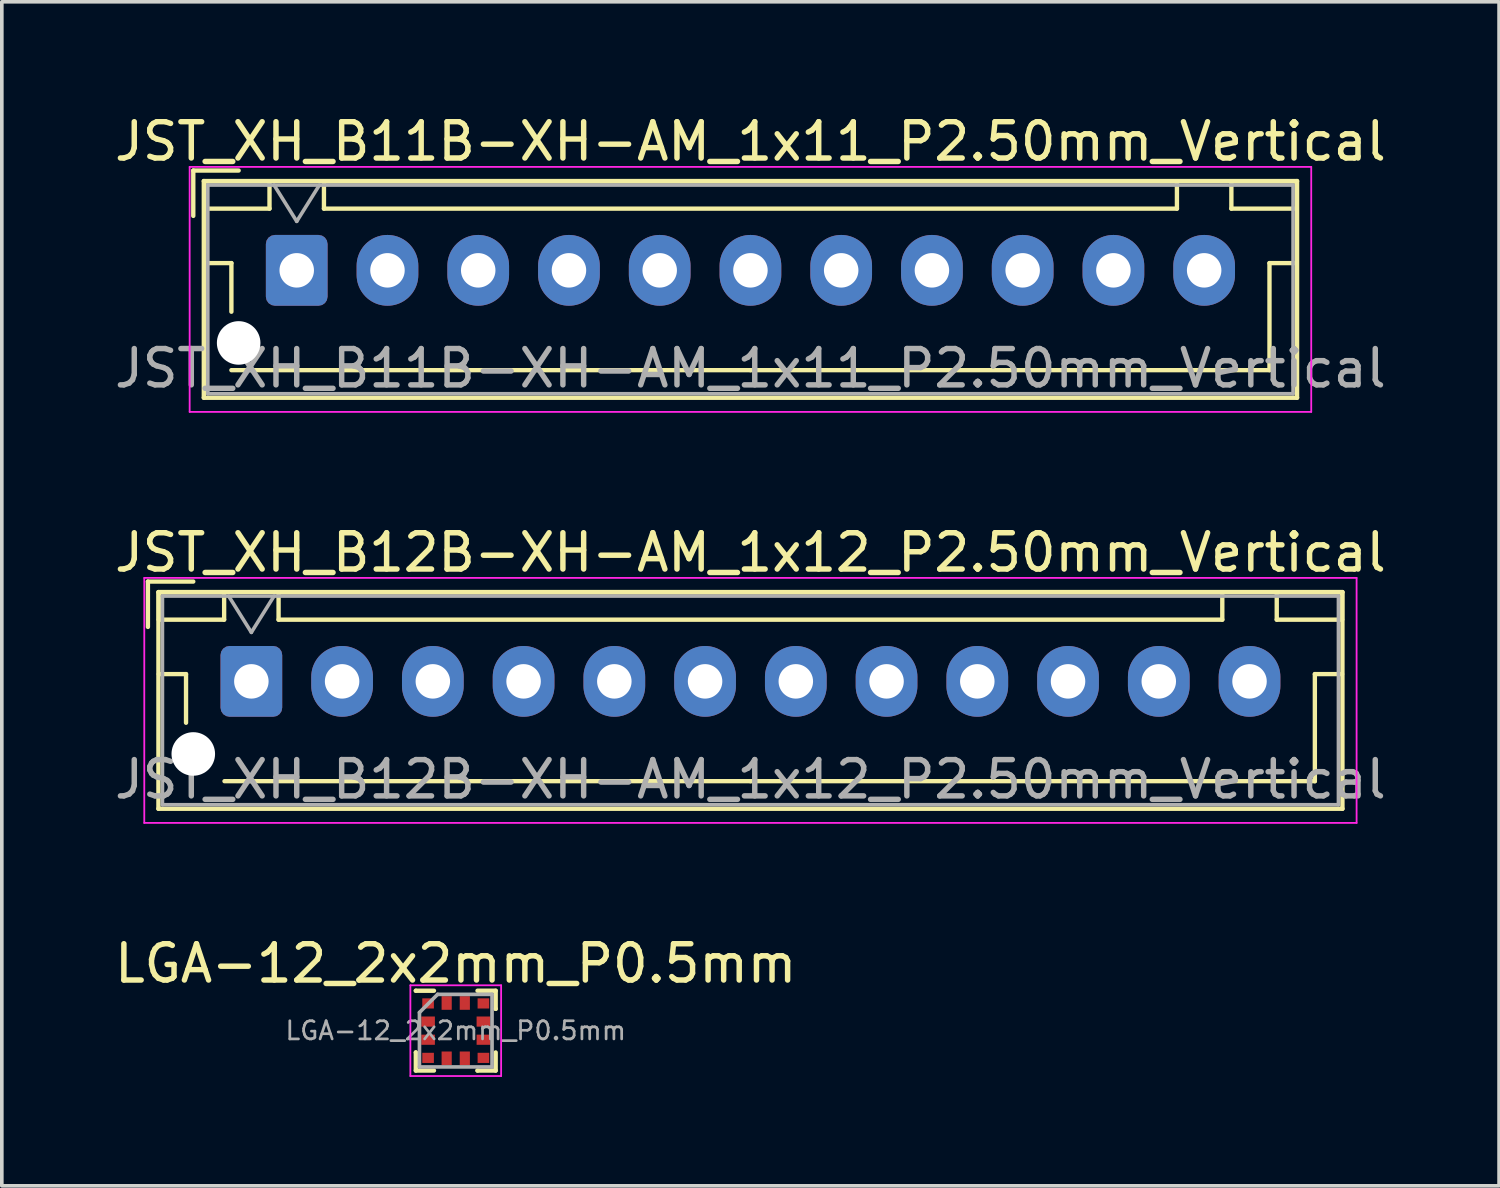
<source format=kicad_pcb>
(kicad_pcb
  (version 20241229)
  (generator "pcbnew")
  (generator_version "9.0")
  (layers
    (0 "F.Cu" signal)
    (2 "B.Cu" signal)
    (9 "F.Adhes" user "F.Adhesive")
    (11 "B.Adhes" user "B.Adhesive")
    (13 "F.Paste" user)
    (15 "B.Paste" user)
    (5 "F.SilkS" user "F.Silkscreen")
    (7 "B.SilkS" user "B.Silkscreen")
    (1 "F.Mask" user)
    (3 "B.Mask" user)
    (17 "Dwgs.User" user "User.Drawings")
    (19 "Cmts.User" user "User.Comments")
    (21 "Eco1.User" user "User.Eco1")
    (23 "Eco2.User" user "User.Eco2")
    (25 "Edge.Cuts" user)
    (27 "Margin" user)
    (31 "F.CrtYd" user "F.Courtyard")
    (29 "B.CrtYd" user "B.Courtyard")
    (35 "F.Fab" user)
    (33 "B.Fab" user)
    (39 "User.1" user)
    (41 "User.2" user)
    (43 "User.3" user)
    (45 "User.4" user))
  (footprint "JST_XH_B12B-XH-AM_1x12_P2.50mm_Vertical"
    (layer "F.Cu")
    (at 3.875 15.722)
    (property "Reference" "JST_XH_B12B-XH-AM_1x12_P2.50mm_Vertical" (at 13.75 -3.55 0) (layer "F.SilkS") (effects (font (size 1 1) (thickness 0.15))))
    (attr through_hole)
    (fp_line (start -2.85 -2.75) (end -2.85 -1.5) (stroke (width 0.12) (type solid)) (layer "F.SilkS"))
    (fp_line (start -2.56 -2.46) (end -2.56 3.51) (stroke (width 0.12) (type solid)) (layer "F.SilkS"))
    (fp_line (start -2.56 3.51) (end 30.06 3.51) (stroke (width 0.12) (type solid)) (layer "F.SilkS"))
    (fp_line (start -2.55 -2.45) (end -2.55 -1.7) (stroke (width 0.12) (type solid)) (layer "F.SilkS"))
    (fp_line (start -2.55 -1.7) (end -0.75 -1.7) (stroke (width 0.12) (type solid)) (layer "F.SilkS"))
    (fp_line (start -2.55 -0.2) (end -1.8 -0.2) (stroke (width 0.12) (type solid)) (layer "F.SilkS"))
    (fp_line (start -1.8 -0.2) (end -1.8 1.14) (stroke (width 0.12) (type solid)) (layer "F.SilkS"))
    (fp_line (start -1.6 -2.75) (end -2.85 -2.75) (stroke (width 0.12) (type solid)) (layer "F.SilkS"))
    (fp_line (start -0.75 -2.45) (end -2.55 -2.45) (stroke (width 0.12) (type solid)) (layer "F.SilkS"))
    (fp_line (start -0.75 -1.7) (end -0.75 -2.45) (stroke (width 0.12) (type solid)) (layer "F.SilkS"))
    (fp_line (start 0.75 -2.45) (end 0.75 -1.7) (stroke (width 0.12) (type solid)) (layer "F.SilkS"))
    (fp_line (start 0.75 -1.7) (end 26.75 -1.7) (stroke (width 0.12) (type solid)) (layer "F.SilkS"))
    (fp_line (start 13.75 2.75) (end -0.74 2.75) (stroke (width 0.12) (type solid)) (layer "F.SilkS"))
    (fp_line (start 26.75 -2.45) (end 0.75 -2.45) (stroke (width 0.12) (type solid)) (layer "F.SilkS"))
    (fp_line (start 26.75 -1.7) (end 26.75 -2.45) (stroke (width 0.12) (type solid)) (layer "F.SilkS"))
    (fp_line (start 28.25 -2.45) (end 28.25 -1.7) (stroke (width 0.12) (type solid)) (layer "F.SilkS"))
    (fp_line (start 28.25 -1.7) (end 30.05 -1.7) (stroke (width 0.12) (type solid)) (layer "F.SilkS"))
    (fp_line (start 29.3 -0.2) (end 29.3 2.75) (stroke (width 0.12) (type solid)) (layer "F.SilkS"))
    (fp_line (start 29.3 2.75) (end 13.75 2.75) (stroke (width 0.12) (type solid)) (layer "F.SilkS"))
    (fp_line (start 30.05 -2.45) (end 28.25 -2.45) (stroke (width 0.12) (type solid)) (layer "F.SilkS"))
    (fp_line (start 30.05 -1.7) (end 30.05 -2.45) (stroke (width 0.12) (type solid)) (layer "F.SilkS"))
    (fp_line (start 30.05 -0.2) (end 29.3 -0.2) (stroke (width 0.12) (type solid)) (layer "F.SilkS"))
    (fp_line (start 30.06 -2.46) (end -2.56 -2.46) (stroke (width 0.12) (type solid)) (layer "F.SilkS"))
    (fp_line (start 30.06 3.51) (end 30.06 -2.46) (stroke (width 0.12) (type solid)) (layer "F.SilkS"))
    (fp_line (start -2.95 -2.85) (end -2.95 3.9) (stroke (width 0.05) (type solid)) (layer "F.CrtYd"))
    (fp_line (start -2.95 3.9) (end 30.45 3.9) (stroke (width 0.05) (type solid)) (layer "F.CrtYd"))
    (fp_line (start 30.45 -2.85) (end -2.95 -2.85) (stroke (width 0.05) (type solid)) (layer "F.CrtYd"))
    (fp_line (start 30.45 3.9) (end 30.45 -2.85) (stroke (width 0.05) (type solid)) (layer "F.CrtYd"))
    (fp_line (start -2.45 -2.35) (end -2.45 3.4) (stroke (width 0.1) (type solid)) (layer "F.Fab"))
    (fp_line (start -2.45 3.4) (end 29.95 3.4) (stroke (width 0.1) (type solid)) (layer "F.Fab"))
    (fp_line (start -0.625 -2.35) (end 0 -1.35) (stroke (width 0.1) (type solid)) (layer "F.Fab"))
    (fp_line (start 0 -1.35) (end 0.625 -2.35) (stroke (width 0.1) (type solid)) (layer "F.Fab"))
    (fp_line (start 29.95 -2.35) (end -2.45 -2.35) (stroke (width 0.1) (type solid)) (layer "F.Fab"))
    (fp_line (start 29.95 3.4) (end 29.95 -2.35) (stroke (width 0.1) (type solid)) (layer "F.Fab"))
    (fp_text user "${REFERENCE}" (at 13.75 2.7 0) (layer "F.Fab") (effects (font (size 1 1) (thickness 0.15))))
    (pad "" np_thru_hole circle (at -1.6 2) (size 1.2 1.2) (drill 1.2) (layers "*.Cu" "*.Mask"))
    (pad "1" thru_hole roundrect (at 0 0) (size 1.7 1.95) (drill 0.95) (layers "*.Cu" "*.Mask") (roundrect_rratio 0.147))
    (pad "2" thru_hole oval (at 2.5 0) (size 1.7 1.95) (drill 0.95) (layers "*.Cu" "*.Mask"))
    (pad "3" thru_hole oval (at 5 0) (size 1.7 1.95) (drill 0.95) (layers "*.Cu" "*.Mask"))
    (pad "4" thru_hole oval (at 7.5 0) (size 1.7 1.95) (drill 0.95) (layers "*.Cu" "*.Mask"))
    (pad "5" thru_hole oval (at 10 0) (size 1.7 1.95) (drill 0.95) (layers "*.Cu" "*.Mask"))
    (pad "6" thru_hole oval (at 12.5 0) (size 1.7 1.95) (drill 0.95) (layers "*.Cu" "*.Mask"))
    (pad "7" thru_hole oval (at 15 0) (size 1.7 1.95) (drill 0.95) (layers "*.Cu" "*.Mask"))
    (pad "8" thru_hole oval (at 17.5 0) (size 1.7 1.95) (drill 0.95) (layers "*.Cu" "*.Mask"))
    (pad "9" thru_hole oval (at 20 0) (size 1.7 1.95) (drill 0.95) (layers "*.Cu" "*.Mask"))
    (pad "10" thru_hole oval (at 22.5 0) (size 1.7 1.95) (drill 0.95) (layers "*.Cu" "*.Mask"))
    (pad "11" thru_hole oval (at 25 0) (size 1.7 1.95) (drill 0.95) (layers "*.Cu" "*.Mask"))
    (pad "12" thru_hole oval (at 27.5 0) (size 1.7 1.95) (drill 0.95) (layers "*.Cu" "*.Mask")))
  (footprint "LGA-12_2x2mm_P0.5mm"
    (layer "F.Cu")
    (at 9.506 25.345)
    (property "Reference" "LGA-12_2x2mm_P0.5mm" (at 0 -1.85 0) (layer "F.SilkS") (effects (font (size 1 1) (thickness 0.15))))
    (attr smd)
    (fp_line (start -1.1 -1.1) (end -1.1 -1.1) (stroke (width 0.12) (type solid)) (layer "F.SilkS"))
    (fp_line (start -1.1 0.6) (end -1.1 0.6) (stroke (width 0.12) (type solid)) (layer "F.SilkS"))
    (fp_line (start -1.1 1.1) (end -1.1 0.6) (stroke (width 0.12) (type solid)) (layer "F.SilkS"))
    (fp_line (start -0.6 -1.1) (end -1.1 -1.1) (stroke (width 0.12) (type solid)) (layer "F.SilkS"))
    (fp_line (start -0.6 1.1) (end -1.1 1.1) (stroke (width 0.12) (type solid)) (layer "F.SilkS"))
    (fp_line (start 0.6 -1.1) (end 1.1 -1.1) (stroke (width 0.12) (type solid)) (layer "F.SilkS"))
    (fp_line (start 0.6 1.1) (end 0.6 1.1) (stroke (width 0.12) (type solid)) (layer "F.SilkS"))
    (fp_line (start 1.1 -1.1) (end 1.1 -0.6) (stroke (width 0.12) (type solid)) (layer "F.SilkS"))
    (fp_line (start 1.1 -0.6) (end 1.1 -0.6) (stroke (width 0.12) (type solid)) (layer "F.SilkS"))
    (fp_line (start 1.1 0.6) (end 1.1 1.1) (stroke (width 0.12) (type solid)) (layer "F.SilkS"))
    (fp_line (start 1.1 1.1) (end 0.6 1.1) (stroke (width 0.12) (type solid)) (layer "F.SilkS"))
    (fp_line (start -1.25 -1.25) (end 1.25 -1.25) (stroke (width 0.05) (type solid)) (layer "F.CrtYd"))
    (fp_line (start -1.25 1.25) (end -1.25 -1.25) (stroke (width 0.05) (type solid)) (layer "F.CrtYd"))
    (fp_line (start 1.25 -1.25) (end 1.25 1.25) (stroke (width 0.05) (type solid)) (layer "F.CrtYd"))
    (fp_line (start 1.25 1.25) (end -1.25 1.25) (stroke (width 0.05) (type solid)) (layer "F.CrtYd"))
    (fp_line (start -1 -0.5) (end -0.5 -1) (stroke (width 0.1) (type solid)) (layer "F.Fab"))
    (fp_line (start -1 1) (end -1 -0.5) (stroke (width 0.1) (type solid)) (layer "F.Fab"))
    (fp_line (start -0.5 -1) (end 1 -1) (stroke (width 0.1) (type solid)) (layer "F.Fab"))
    (fp_line (start 1 -1) (end 1 1) (stroke (width 0.1) (type solid)) (layer "F.Fab"))
    (fp_line (start 1 1) (end -1 1) (stroke (width 0.1) (type solid)) (layer "F.Fab"))
    (fp_text user "${REFERENCE}" (at 0 0 0) (layer "F.Fab") (effects (font (size 0.5 0.5) (thickness 0.075))))
    (pad "1" smd rect (at -0.762 -0.75) (size 0.32 0.28) (layers "F.Cu" "F.Mask" "F.Paste"))
    (pad "2" smd rect (at -0.762 -0.25) (size 0.375 0.28) (layers "F.Cu" "F.Mask" "F.Paste"))
    (pad "3" smd rect (at -0.762 0.25) (size 0.375 0.28) (layers "F.Cu" "F.Mask" "F.Paste"))
    (pad "4" smd rect (at -0.762 0.75) (size 0.32 0.28) (layers "F.Cu" "F.Mask" "F.Paste"))
    (pad "5" smd rect (at -0.25 0.762 90) (size 0.375 0.28) (layers "F.Cu" "F.Mask" "F.Paste"))
    (pad "6" smd rect (at 0.25 0.762 90) (size 0.375 0.28) (layers "F.Cu" "F.Mask" "F.Paste"))
    (pad "7" smd rect (at 0.762 0.75) (size 0.32 0.28) (layers "F.Cu" "F.Mask" "F.Paste"))
    (pad "8" smd rect (at 0.762 0.25) (size 0.375 0.28) (layers "F.Cu" "F.Mask" "F.Paste"))
    (pad "9" smd rect (at 0.762 -0.25) (size 0.375 0.28) (layers "F.Cu" "F.Mask" "F.Paste"))
    (pad "10" smd rect (at 0.762 -0.75) (size 0.32 0.28) (layers "F.Cu" "F.Mask" "F.Paste"))
    (pad "11" smd rect (at 0.25 -0.762 90) (size 0.375 0.28) (layers "F.Cu" "F.Mask" "F.Paste"))
    (pad "12" smd rect (at -0.25 -0.762 90) (size 0.375 0.28) (layers "F.Cu" "F.Mask" "F.Paste")))
  (footprint "JST_XH_B11B-XH-AM_1x11_P2.50mm_Vertical"
    (layer "F.Cu")
    (at 5.125 4.398)
    (property "Reference" "JST_XH_B11B-XH-AM_1x11_P2.50mm_Vertical" (at 12.5 -3.55 0) (layer "F.SilkS") (effects (font (size 1 1) (thickness 0.15))))
    (attr through_hole)
    (fp_line (start -2.85 -2.75) (end -2.85 -1.5) (stroke (width 0.12) (type solid)) (layer "F.SilkS"))
    (fp_line (start -2.56 -2.46) (end -2.56 3.51) (stroke (width 0.12) (type solid)) (layer "F.SilkS"))
    (fp_line (start -2.56 3.51) (end 27.56 3.51) (stroke (width 0.12) (type solid)) (layer "F.SilkS"))
    (fp_line (start -2.55 -2.45) (end -2.55 -1.7) (stroke (width 0.12) (type solid)) (layer "F.SilkS"))
    (fp_line (start -2.55 -1.7) (end -0.75 -1.7) (stroke (width 0.12) (type solid)) (layer "F.SilkS"))
    (fp_line (start -2.55 -0.2) (end -1.8 -0.2) (stroke (width 0.12) (type solid)) (layer "F.SilkS"))
    (fp_line (start -1.8 -0.2) (end -1.8 1.14) (stroke (width 0.12) (type solid)) (layer "F.SilkS"))
    (fp_line (start -1.8 2.75) (end 12.5 2.75) (stroke (width 0.12) (type solid)) (layer "F.SilkS"))
    (fp_line (start -1.6 -2.75) (end -2.85 -2.75) (stroke (width 0.12) (type solid)) (layer "F.SilkS"))
    (fp_line (start -0.75 -2.45) (end -2.55 -2.45) (stroke (width 0.12) (type solid)) (layer "F.SilkS"))
    (fp_line (start -0.75 -1.7) (end -0.75 -2.45) (stroke (width 0.12) (type solid)) (layer "F.SilkS"))
    (fp_line (start 0.75 -2.45) (end 0.75 -1.7) (stroke (width 0.12) (type solid)) (layer "F.SilkS"))
    (fp_line (start 0.75 -1.7) (end 24.25 -1.7) (stroke (width 0.12) (type solid)) (layer "F.SilkS"))
    (fp_line (start 24.25 -2.45) (end 0.75 -2.45) (stroke (width 0.12) (type solid)) (layer "F.SilkS"))
    (fp_line (start 24.25 -1.7) (end 24.25 -2.45) (stroke (width 0.12) (type solid)) (layer "F.SilkS"))
    (fp_line (start 25.75 -2.45) (end 25.75 -1.7) (stroke (width 0.12) (type solid)) (layer "F.SilkS"))
    (fp_line (start 25.75 -1.7) (end 27.55 -1.7) (stroke (width 0.12) (type solid)) (layer "F.SilkS"))
    (fp_line (start 26.8 -0.2) (end 26.8 2.75) (stroke (width 0.12) (type solid)) (layer "F.SilkS"))
    (fp_line (start 26.8 2.75) (end 12.5 2.75) (stroke (width 0.12) (type solid)) (layer "F.SilkS"))
    (fp_line (start 27.55 -2.45) (end 25.75 -2.45) (stroke (width 0.12) (type solid)) (layer "F.SilkS"))
    (fp_line (start 27.55 -1.7) (end 27.55 -2.45) (stroke (width 0.12) (type solid)) (layer "F.SilkS"))
    (fp_line (start 27.55 -0.2) (end 26.8 -0.2) (stroke (width 0.12) (type solid)) (layer "F.SilkS"))
    (fp_line (start 27.56 -2.46) (end -2.56 -2.46) (stroke (width 0.12) (type solid)) (layer "F.SilkS"))
    (fp_line (start 27.56 3.51) (end 27.56 -2.46) (stroke (width 0.12) (type solid)) (layer "F.SilkS"))
    (fp_line (start -2.95 -2.85) (end -2.95 3.9) (stroke (width 0.05) (type solid)) (layer "F.CrtYd"))
    (fp_line (start -2.95 3.9) (end 27.95 3.9) (stroke (width 0.05) (type solid)) (layer "F.CrtYd"))
    (fp_line (start 27.95 -2.85) (end -2.95 -2.85) (stroke (width 0.05) (type solid)) (layer "F.CrtYd"))
    (fp_line (start 27.95 3.9) (end 27.95 -2.85) (stroke (width 0.05) (type solid)) (layer "F.CrtYd"))
    (fp_line (start -2.45 -2.35) (end -2.45 3.4) (stroke (width 0.1) (type solid)) (layer "F.Fab"))
    (fp_line (start -2.45 3.4) (end 27.45 3.4) (stroke (width 0.1) (type solid)) (layer "F.Fab"))
    (fp_line (start -0.625 -2.35) (end 0 -1.35) (stroke (width 0.1) (type solid)) (layer "F.Fab"))
    (fp_line (start 0 -1.35) (end 0.625 -2.35) (stroke (width 0.1) (type solid)) (layer "F.Fab"))
    (fp_line (start 27.45 -2.35) (end -2.45 -2.35) (stroke (width 0.1) (type solid)) (layer "F.Fab"))
    (fp_line (start 27.45 3.4) (end 27.45 -2.35) (stroke (width 0.1) (type solid)) (layer "F.Fab"))
    (fp_text user "${REFERENCE}" (at 12.5 2.7 0) (layer "F.Fab") (effects (font (size 1 1) (thickness 0.15))))
    (pad "" np_thru_hole circle (at -1.6 2) (size 1.2 1.2) (drill 1.2) (layers "*.Cu" "*.Mask"))
    (pad "1" thru_hole roundrect (at 0 0) (size 1.7 1.95) (drill 0.95) (layers "*.Cu" "*.Mask") (roundrect_rratio 0.147))
    (pad "2" thru_hole oval (at 2.5 0) (size 1.7 1.95) (drill 0.95) (layers "*.Cu" "*.Mask"))
    (pad "3" thru_hole oval (at 5 0) (size 1.7 1.95) (drill 0.95) (layers "*.Cu" "*.Mask"))
    (pad "4" thru_hole oval (at 7.5 0) (size 1.7 1.95) (drill 0.95) (layers "*.Cu" "*.Mask"))
    (pad "5" thru_hole oval (at 10 0) (size 1.7 1.95) (drill 0.95) (layers "*.Cu" "*.Mask"))
    (pad "6" thru_hole oval (at 12.5 0) (size 1.7 1.95) (drill 0.95) (layers "*.Cu" "*.Mask"))
    (pad "7" thru_hole oval (at 15 0) (size 1.7 1.95) (drill 0.95) (layers "*.Cu" "*.Mask"))
    (pad "8" thru_hole oval (at 17.5 0) (size 1.7 1.95) (drill 0.95) (layers "*.Cu" "*.Mask"))
    (pad "9" thru_hole oval (at 20 0) (size 1.7 1.95) (drill 0.95) (layers "*.Cu" "*.Mask"))
    (pad "10" thru_hole oval (at 22.5 0) (size 1.7 1.95) (drill 0.95) (layers "*.Cu" "*.Mask"))
    (pad "11" thru_hole oval (at 25 0) (size 1.7 1.95) (drill 0.95) (layers "*.Cu" "*.Mask")))
  (gr_rect
    (start -3 -3)
    (end 38.25 29.62)
    (stroke (width 0.1) (type default))
    (fill no)
    (layer "Edge.Cuts")))
</source>
